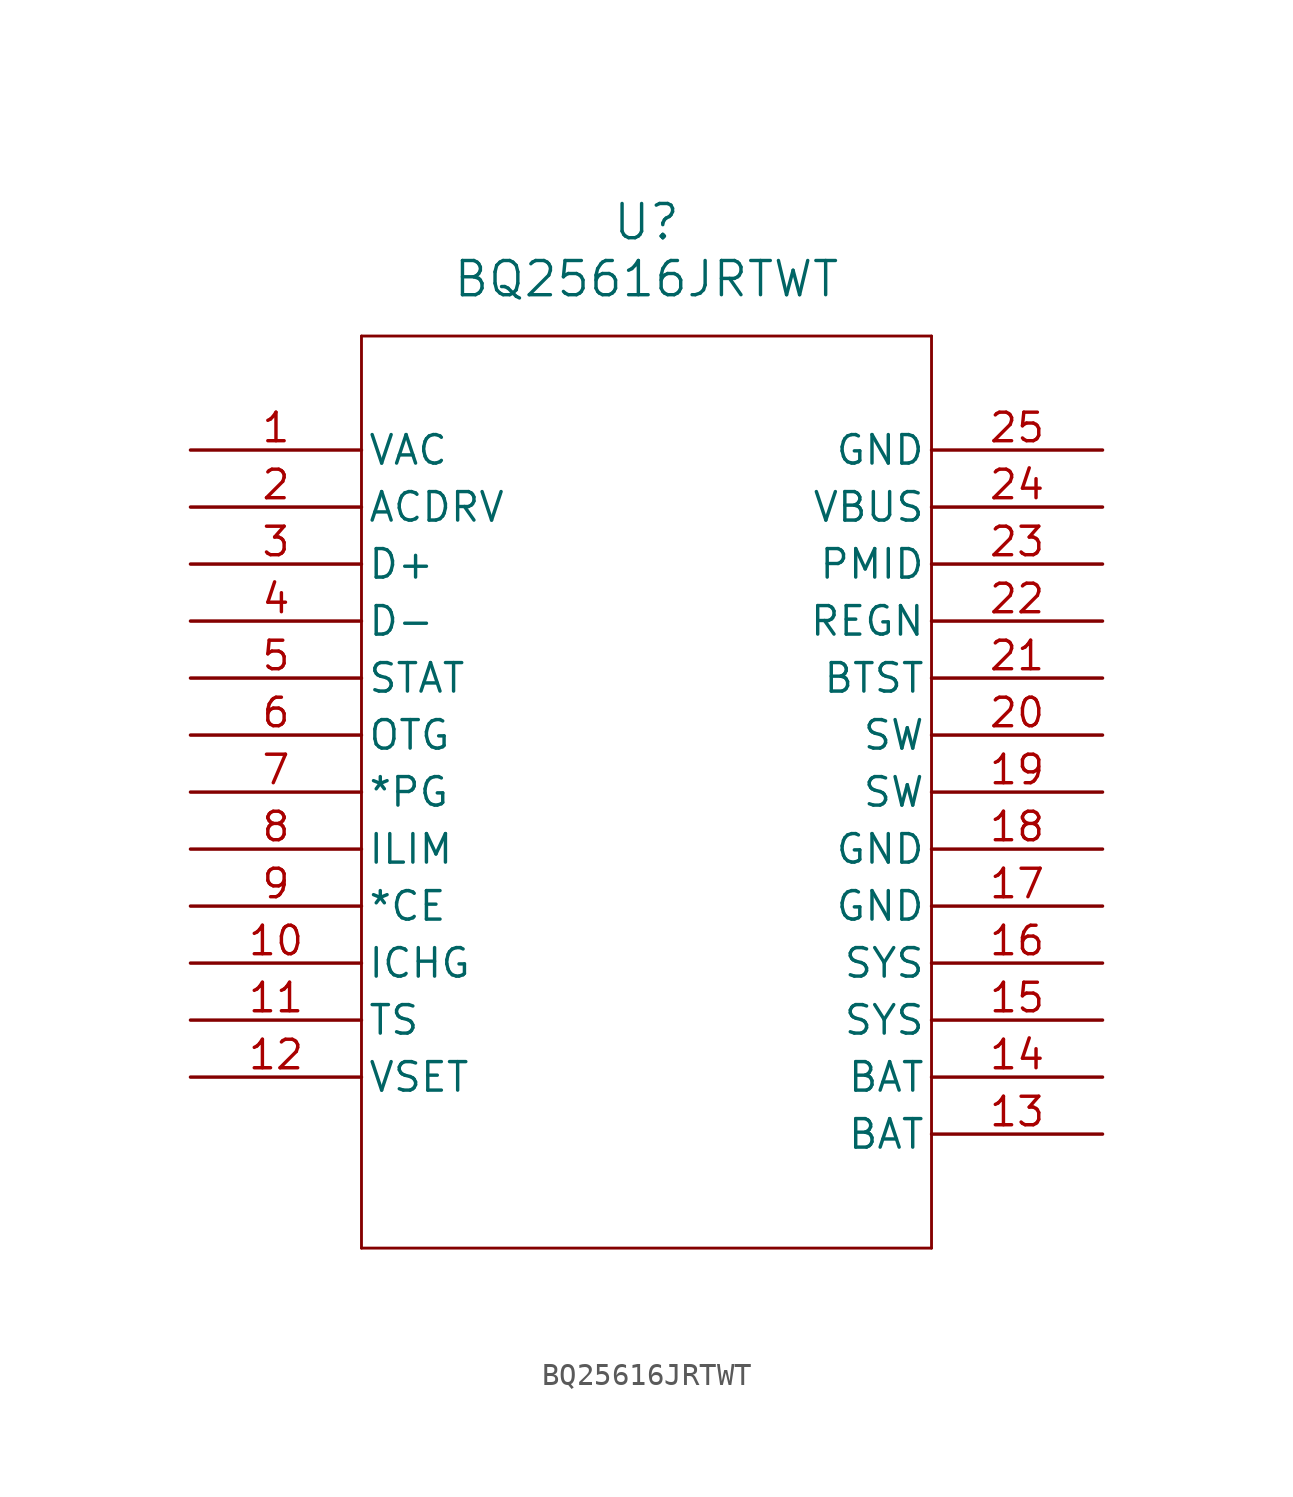
<source format=kicad_sym>
(kicad_symbol_lib
  (version 20211014)
  (generator kicad_symbol_editor)
  (symbol "BQ25616JRTWT"
    (pin_names
      (offset 0.254))
    (property "Reference" "U"
      (at 20.32 10.16 0)
      (effects (font (size 1.524 1.524))))
    (property "Value" "BQ25616JRTWT"
      (at 20.32 7.62 0)
      (effects (font (size 1.524 1.524))))
    (symbol "BQ25616JRTWT_0_1"
      (polyline (pts (xy 7.62 5.08) (xy 7.62 -35.56)) (stroke (width 0.127) (type default) (color 0 0 0 0)) (fill (type none)))
      (polyline (pts (xy 7.62 -35.56) (xy 33.02 -35.56)) (stroke (width 0.127) (type default) (color 0 0 0 0)) (fill (type none)))
      (polyline (pts (xy 33.02 -35.56) (xy 33.02 5.08)) (stroke (width 0.127) (type default) (color 0 0 0 0)) (fill (type none)))
      (polyline (pts (xy 33.02 5.08) (xy 7.62 5.08)) (stroke (width 0.127) (type default) (color 0 0 0 0)) (fill (type none)))
      (pin power_in line (at 0 0 0) (length 7.62) (name "VAC" (effects (font (size 1.27 1.27)))) (number "1" (effects (font (size 1.27 1.27)))))
      (pin output line (at 0 -2.54 0) (length 7.62) (name "ACDRV" (effects (font (size 1.27 1.27)))) (number "2" (effects (font (size 1.27 1.27)))))
      (pin bidirectional line (at 0 -5.08 0) (length 7.62) (name "D+" (effects (font (size 1.27 1.27)))) (number "3" (effects (font (size 1.27 1.27)))))
      (pin bidirectional line (at 0 -7.62 0) (length 7.62) (name "D-" (effects (font (size 1.27 1.27)))) (number "4" (effects (font (size 1.27 1.27)))))
      (pin output line (at 0 -10.16 0) (length 7.62) (name "STAT" (effects (font (size 1.27 1.27)))) (number "5" (effects (font (size 1.27 1.27)))))
      (pin input line (at 0 -12.7 0) (length 7.62) (name "OTG" (effects (font (size 1.27 1.27)))) (number "6" (effects (font (size 1.27 1.27)))))
      (pin output line (at 0 -15.24 0) (length 7.62) (name "*PG" (effects (font (size 1.27 1.27)))) (number "7" (effects (font (size 1.27 1.27)))))
      (pin input line (at 0 -17.78 0) (length 7.62) (name "ILIM" (effects (font (size 1.27 1.27)))) (number "8" (effects (font (size 1.27 1.27)))))
      (pin input line (at 0 -20.32 0) (length 7.62) (name "*CE" (effects (font (size 1.27 1.27)))) (number "9" (effects (font (size 1.27 1.27)))))
      (pin input line (at 0 -22.86 0) (length 7.62) (name "ICHG" (effects (font (size 1.27 1.27)))) (number "10" (effects (font (size 1.27 1.27)))))
      (pin input line (at 0 -25.4 0) (length 7.62) (name "TS" (effects (font (size 1.27 1.27)))) (number "11" (effects (font (size 1.27 1.27)))))
      (pin input line (at 0 -27.94 0) (length 7.62) (name "VSET" (effects (font (size 1.27 1.27)))) (number "12" (effects (font (size 1.27 1.27)))))
      (pin power_in line (at 40.64 -30.48 180) (length 7.62) (name "BAT" (effects (font (size 1.27 1.27)))) (number "13" (effects (font (size 1.27 1.27)))))
      (pin power_in line (at 40.64 -27.94 180) (length 7.62) (name "BAT" (effects (font (size 1.27 1.27)))) (number "14" (effects (font (size 1.27 1.27)))))
      (pin power_in line (at 40.64 -25.4 180) (length 7.62) (name "SYS" (effects (font (size 1.27 1.27)))) (number "15" (effects (font (size 1.27 1.27)))))
      (pin power_in line (at 40.64 -22.86 180) (length 7.62) (name "SYS" (effects (font (size 1.27 1.27)))) (number "16" (effects (font (size 1.27 1.27)))))
      (pin power_out line (at 40.64 -20.32 180) (length 7.62) (name "GND" (effects (font (size 1.27 1.27)))) (number "17" (effects (font (size 1.27 1.27)))))
      (pin power_out line (at 40.64 -17.78 180) (length 7.62) (name "GND" (effects (font (size 1.27 1.27)))) (number "18" (effects (font (size 1.27 1.27)))))
      (pin power_in line (at 40.64 -15.24 180) (length 7.62) (name "SW" (effects (font (size 1.27 1.27)))) (number "19" (effects (font (size 1.27 1.27)))))
      (pin power_in line (at 40.64 -12.7 180) (length 7.62) (name "SW" (effects (font (size 1.27 1.27)))) (number "20" (effects (font (size 1.27 1.27)))))
      (pin power_in line (at 40.64 -10.16 180) (length 7.62) (name "BTST" (effects (font (size 1.27 1.27)))) (number "21" (effects (font (size 1.27 1.27)))))
      (pin power_in line (at 40.64 -7.62 180) (length 7.62) (name "REGN" (effects (font (size 1.27 1.27)))) (number "22" (effects (font (size 1.27 1.27)))))
      (pin power_in line (at 40.64 -5.08 180) (length 7.62) (name "PMID" (effects (font (size 1.27 1.27)))) (number "23" (effects (font (size 1.27 1.27)))))
      (pin power_in line (at 40.64 -2.54 180) (length 7.62) (name "VBUS" (effects (font (size 1.27 1.27)))) (number "24" (effects (font (size 1.27 1.27)))))
      (pin power_out line (at 40.64 0 180) (length 7.62) (name "GND" (effects (font (size 1.27 1.27)))) (number "25" (effects (font (size 1.27 1.27))))))))
</source>
